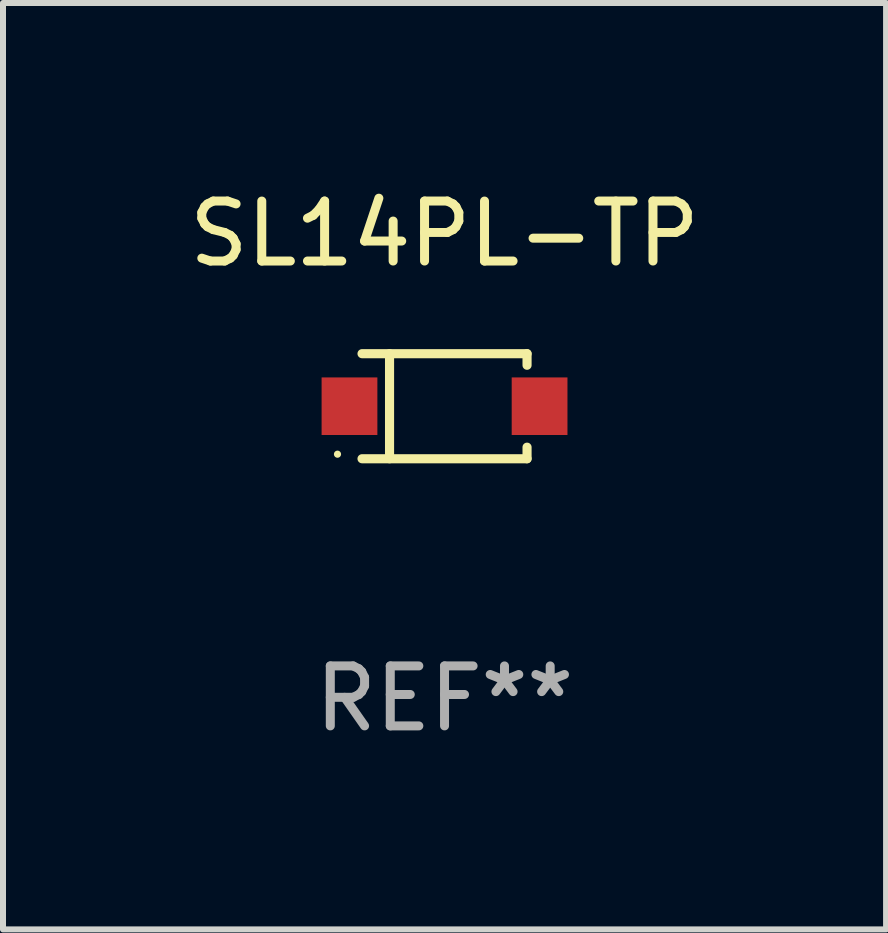
<source format=kicad_pcb>
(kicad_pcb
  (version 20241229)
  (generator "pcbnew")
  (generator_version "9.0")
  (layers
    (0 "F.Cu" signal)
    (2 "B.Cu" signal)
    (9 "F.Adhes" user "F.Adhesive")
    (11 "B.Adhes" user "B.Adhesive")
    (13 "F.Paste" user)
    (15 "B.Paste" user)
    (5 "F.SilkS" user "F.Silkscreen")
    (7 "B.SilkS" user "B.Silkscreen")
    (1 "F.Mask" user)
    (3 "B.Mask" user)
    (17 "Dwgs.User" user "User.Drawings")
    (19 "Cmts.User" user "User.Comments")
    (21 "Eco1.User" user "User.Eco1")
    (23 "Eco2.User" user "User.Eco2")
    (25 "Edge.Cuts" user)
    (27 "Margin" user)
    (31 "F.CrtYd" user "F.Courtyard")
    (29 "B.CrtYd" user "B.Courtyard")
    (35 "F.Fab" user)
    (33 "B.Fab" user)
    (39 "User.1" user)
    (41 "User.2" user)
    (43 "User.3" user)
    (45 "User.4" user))
  (footprint "SL14PL-TP"
    (layer "F.Cu")
    (at 4.363 3.724)
    (property "Reference" "SL14PL-TP" (at 0 -2.876 0) (layer "F.SilkS") (effects (font (size 1 1) (thickness 0.15))))
    (attr through_hole)
    (fp_line (start -1.376 -0.876) (end 1.376 -0.876) (stroke (width 0.152) (type solid)) (layer "F.SilkS"))
    (fp_line (start -1.376 0.876) (end 1.376 0.876) (stroke (width 0.152) (type solid)) (layer "F.SilkS"))
    (fp_line (start -0.917 -0.876) (end -0.917 0.876) (stroke (width 0.152) (type solid)) (layer "F.SilkS"))
    (fp_line (start 1.376 -0.876) (end 1.376 -0.683) (stroke (width 0.152) (type solid)) (layer "F.SilkS"))
    (fp_line (start 1.376 0.876) (end 1.376 0.683) (stroke (width 0.152) (type solid)) (layer "F.SilkS"))
    (fp_circle (center -1.785 0.8) (end -1.755 0.8) (stroke (width 0.06) (type solid)) (fill no) (layer "F.SilkS"))
    (fp_text user "REF**" (at 0 4.876 0) (layer "F.Fab") (effects (font (size 1 1) (thickness 0.15))))
    (pad "1" smd rect (at -1.585 0 180) (size 0.93 0.96) (layers "F.Cu" "F.Mask" "F.Paste"))
    (pad "2" smd rect (at 1.585 0 180) (size 0.93 0.96) (layers "F.Cu" "F.Mask" "F.Paste")))
  (gr_rect
    (start -3 -3)
    (end 11.726 12.449)
    (stroke (width 0.1) (type default))
    (fill no)
    (layer "Edge.Cuts")))
</source>
